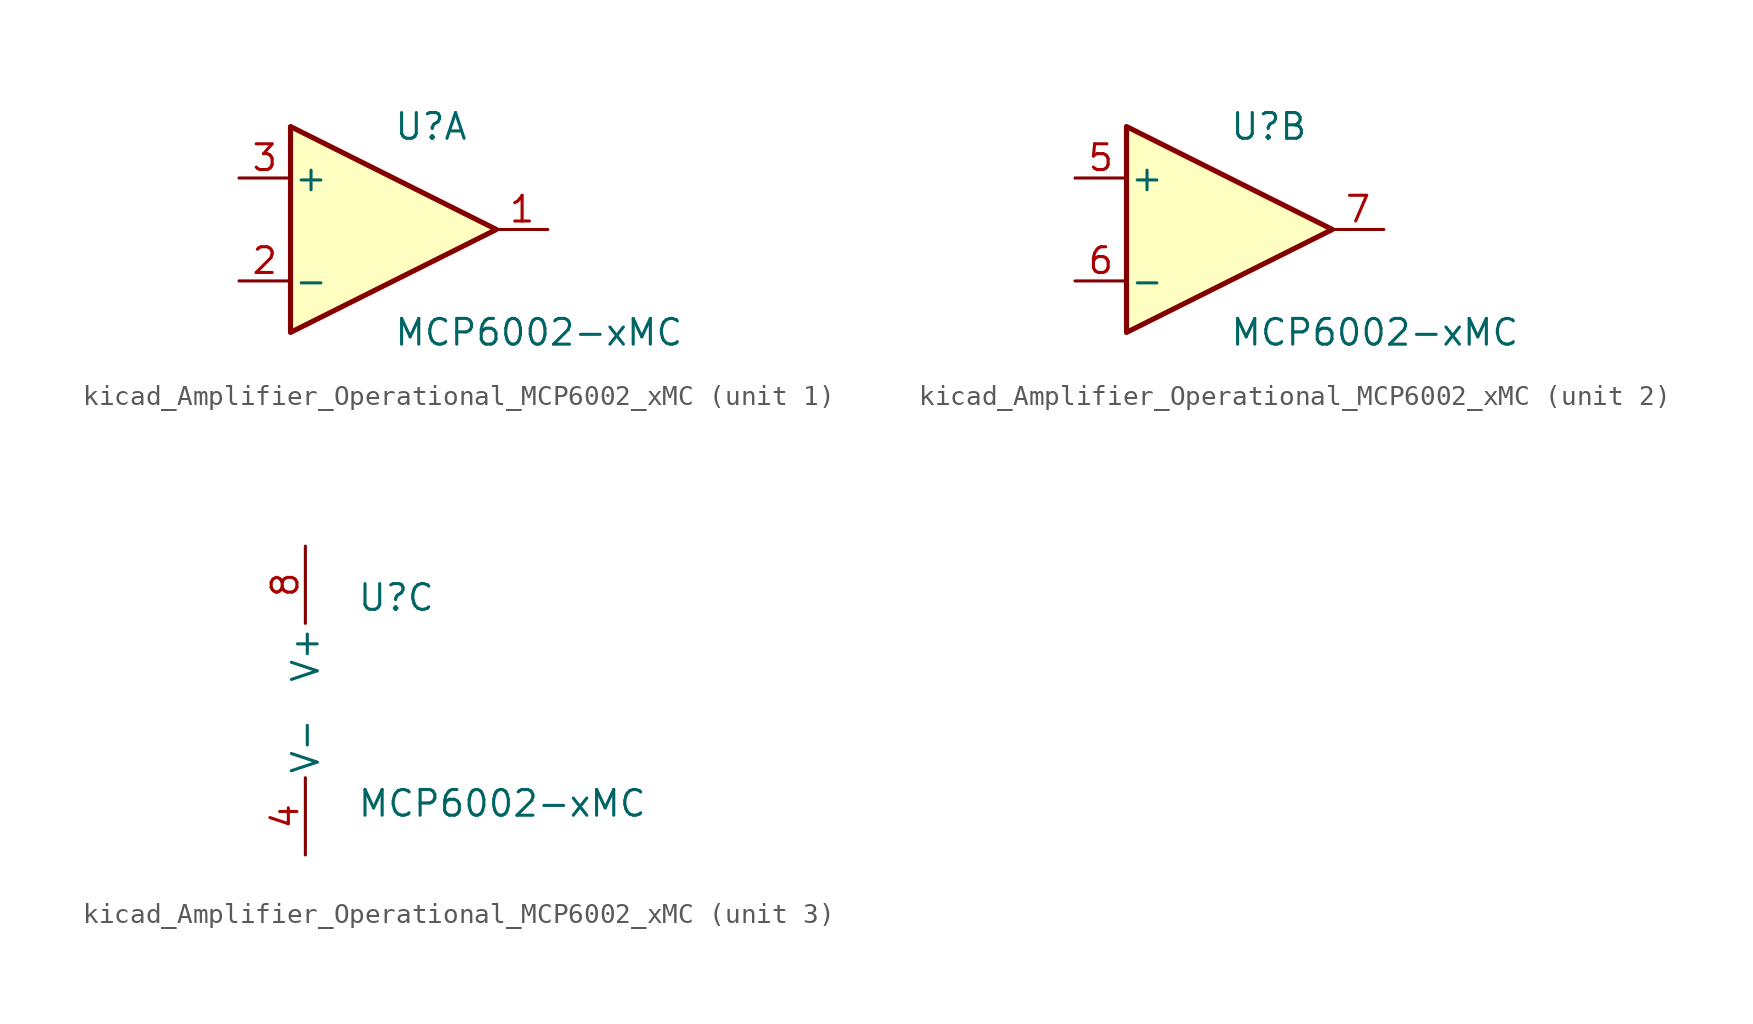
<source format=kicad_sym>
(kicad_symbol_lib
  (version 20220914)
  (generator kicad_symbol_editor)
  (symbol "kicad_Amplifier_Operational_MCP6002_xMC"
    (pin_names
      (offset 0.127))
    (property "Reference" "U"
      (at 0 5.08 0)
      (effects (font (size 1.27 1.27)) (justify left)))
    (property "Value" "MCP6002-xMC"
      (at 0 -5.08 0)
      (effects (font (size 1.27 1.27)) (justify left)))
    (property "ki_locked" ""
      (at 0 0 0)
      (effects (font (size 1.27 1.27))))
    (symbol "kicad_Amplifier_Operational_MCP6002_xMC_1_1"
      (polyline (pts (xy -5.08 5.08) (xy 5.08 0) (xy -5.08 -5.08) (xy -5.08 5.08)) (stroke (width 0.254) (type default)) (fill (type background)))
      (pin output line (at 7.62 0 180) (length 2.54) (name "~" (effects (font (size 1.27 1.27)))) (number "1" (effects (font (size 1.27 1.27)))))
      (pin input line (at -7.62 -2.54 0) (length 2.54) (name "-" (effects (font (size 1.27 1.27)))) (number "2" (effects (font (size 1.27 1.27)))))
      (pin input line (at -7.62 2.54 0) (length 2.54) (name "+" (effects (font (size 1.27 1.27)))) (number "3" (effects (font (size 1.27 1.27))))))
    (symbol "kicad_Amplifier_Operational_MCP6002_xMC_2_1"
      (polyline (pts (xy -5.08 5.08) (xy 5.08 0) (xy -5.08 -5.08) (xy -5.08 5.08)) (stroke (width 0.254) (type default)) (fill (type background)))
      (pin input line (at -7.62 2.54 0) (length 2.54) (name "+" (effects (font (size 1.27 1.27)))) (number "5" (effects (font (size 1.27 1.27)))))
      (pin input line (at -7.62 -2.54 0) (length 2.54) (name "-" (effects (font (size 1.27 1.27)))) (number "6" (effects (font (size 1.27 1.27)))))
      (pin output line (at 7.62 0 180) (length 2.54) (name "~" (effects (font (size 1.27 1.27)))) (number "7" (effects (font (size 1.27 1.27))))))
    (symbol "kicad_Amplifier_Operational_MCP6002_xMC_3_1"
      (pin power_in line (at -2.54 -7.62 90) (length 3.81) (name "V-" (effects (font (size 1.27 1.27)))) (number "4" (effects (font (size 1.27 1.27)))))
      (pin power_in line (at -2.54 7.62 270) (length 3.81) (name "V+" (effects (font (size 1.27 1.27)))) (number "8" (effects (font (size 1.27 1.27)))))
      (pin passive line (at -2.54 -7.62 90) (length 3.81) hide (name "V-" (effects (font (size 1.27 1.27)))) (number "9" (effects (font (size 1.27 1.27))))))))
</source>
